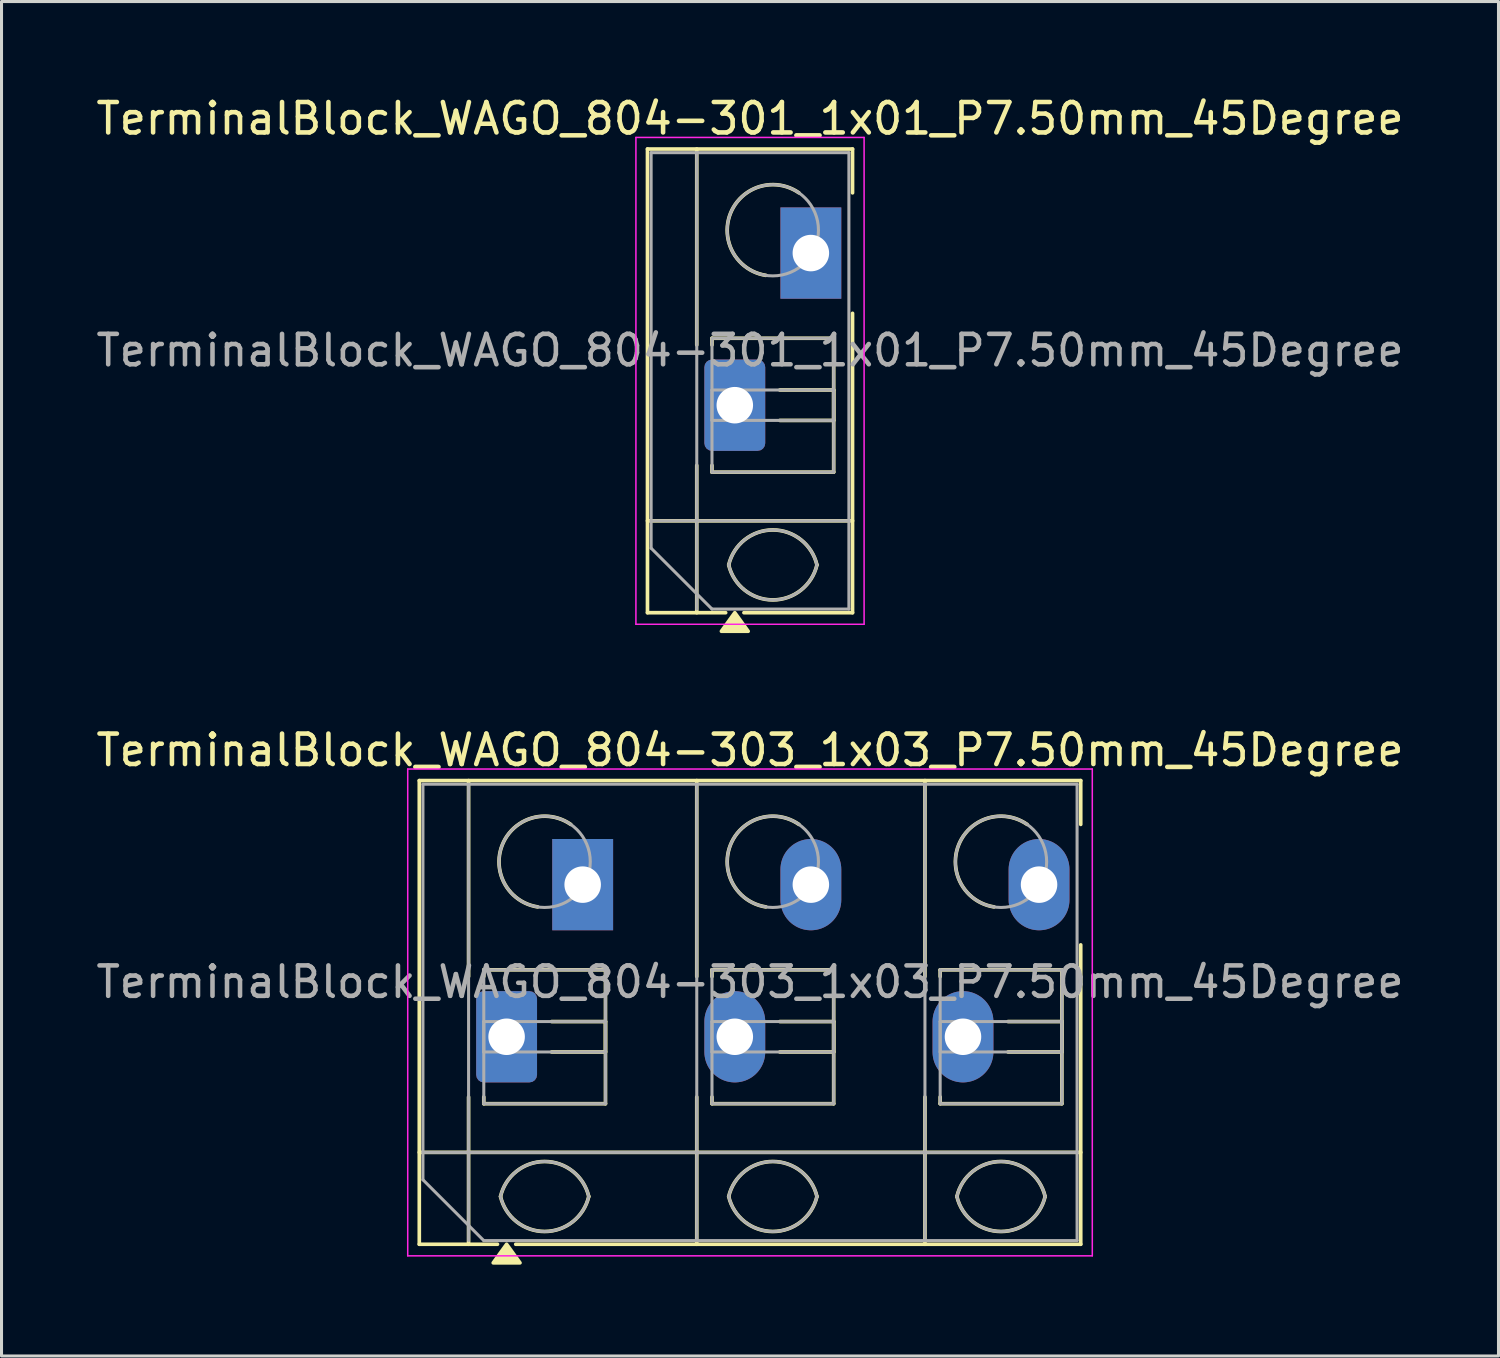
<source format=kicad_pcb>
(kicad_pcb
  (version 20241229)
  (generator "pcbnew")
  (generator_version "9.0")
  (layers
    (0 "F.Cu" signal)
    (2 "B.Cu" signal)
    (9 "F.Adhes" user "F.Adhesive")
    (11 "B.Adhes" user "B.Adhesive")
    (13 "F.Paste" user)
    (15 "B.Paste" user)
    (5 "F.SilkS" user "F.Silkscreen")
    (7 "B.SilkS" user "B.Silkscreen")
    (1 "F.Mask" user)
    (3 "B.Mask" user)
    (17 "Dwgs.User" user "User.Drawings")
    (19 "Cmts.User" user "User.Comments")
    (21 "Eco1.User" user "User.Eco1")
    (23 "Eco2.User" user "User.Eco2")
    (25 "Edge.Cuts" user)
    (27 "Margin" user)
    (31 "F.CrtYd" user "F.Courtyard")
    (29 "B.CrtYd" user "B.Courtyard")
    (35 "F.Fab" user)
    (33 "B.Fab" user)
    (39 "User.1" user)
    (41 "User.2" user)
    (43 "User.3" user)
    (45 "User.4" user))
  (footprint "TerminalBlock_WAGO_804-301_1x01_P7.50mm_45Degree"
    (layer "F.Cu")
    (at 21.101 10.268)
    (property "Reference" "TerminalBlock_WAGO_804-301_1x01_P7.50mm_45Degree" (at 0.5 -9.42 0) (layer "F.SilkS") (effects (font (size 1 1) (thickness 0.15))))
    (attr through_hole)
    (fp_line (start -2.87 -8.42) (end -2.87 6.82) (stroke (width 0.12) (type solid)) (layer "F.SilkS"))
    (fp_line (start -2.87 -8.42) (end 3.87 -8.42) (stroke (width 0.12) (type solid)) (layer "F.SilkS"))
    (fp_line (start -2.87 3.8) (end 3.87 3.8) (stroke (width 0.12) (type solid)) (layer "F.SilkS"))
    (fp_line (start -2.87 6.82) (end -0.3 6.82) (stroke (width 0.12) (type solid)) (layer "F.SilkS"))
    (fp_line (start -1.25 -8.42) (end -1.25 -1.98) (stroke (width 0.12) (type solid)) (layer "F.SilkS"))
    (fp_line (start -1.25 1.98) (end -1.25 6.82) (stroke (width 0.12) (type solid)) (layer "F.SilkS"))
    (fp_line (start -0.75 -2.2) (end -0.75 -1.98) (stroke (width 0.12) (type solid)) (layer "F.SilkS"))
    (fp_line (start -0.75 -2.2) (end 3.25 -2.2) (stroke (width 0.12) (type solid)) (layer "F.SilkS"))
    (fp_line (start -0.75 1.98) (end -0.75 2.2) (stroke (width 0.12) (type solid)) (layer "F.SilkS"))
    (fp_line (start -0.75 2.2) (end 3.25 2.2) (stroke (width 0.12) (type solid)) (layer "F.SilkS"))
    (fp_line (start 0.3 6.82) (end 3.87 6.82) (stroke (width 0.12) (type solid)) (layer "F.SilkS"))
    (fp_line (start 1.48 -0.5) (end 3.25 -0.5) (stroke (width 0.12) (type solid)) (layer "F.SilkS"))
    (fp_line (start 1.48 0.5) (end 3.25 0.5) (stroke (width 0.12) (type solid)) (layer "F.SilkS"))
    (fp_line (start 3.25 -2.2) (end 3.25 2.2) (stroke (width 0.12) (type solid)) (layer "F.SilkS"))
    (fp_line (start 3.25 -0.5) (end 3.25 0.5) (stroke (width 0.12) (type solid)) (layer "F.SilkS"))
    (fp_line (start 3.87 -8.42) (end 3.87 -6.98) (stroke (width 0.12) (type solid)) (layer "F.SilkS"))
    (fp_line (start 3.87 -3.02) (end 3.87 6.82) (stroke (width 0.12) (type solid)) (layer "F.SilkS"))
    (fp_arc (start -0.199942 5.249753) (mid 1.250127 4.099899) (end 2.7 5.25) (stroke (width 0.12) (type solid)) (layer "F.SilkS"))
    (fp_arc (start 1.02 -4.268) (mid -0.141815 -6.308637) (end 2.10843 -6.979765) (stroke (width 0.12) (type solid)) (layer "F.SilkS"))
    (fp_arc (start 2.7 5.25) (mid 1.250127 6.400101) (end -0.199942 5.250247) (stroke (width 0.12) (type solid)) (layer "F.SilkS"))
    (fp_poly (pts (xy 0 6.82) (xy 0.44 7.43) (xy -0.44 7.43)) (stroke (width 0.12) (type solid)) (fill yes) (layer "F.SilkS"))
    (fp_line (start -3.25 -8.8) (end -3.25 7.2) (stroke (width 0.05) (type solid)) (layer "F.CrtYd"))
    (fp_line (start -3.25 7.2) (end 4.25 7.2) (stroke (width 0.05) (type solid)) (layer "F.CrtYd"))
    (fp_line (start 4.25 -8.8) (end -3.25 -8.8) (stroke (width 0.05) (type solid)) (layer "F.CrtYd"))
    (fp_line (start 4.25 7.2) (end 4.25 -8.8) (stroke (width 0.05) (type solid)) (layer "F.CrtYd"))
    (fp_line (start -2.75 -8.3) (end 3.75 -8.3) (stroke (width 0.1) (type solid)) (layer "F.Fab"))
    (fp_line (start -2.75 3.8) (end 3.75 3.8) (stroke (width 0.1) (type solid)) (layer "F.Fab"))
    (fp_line (start -2.75 4.7) (end -2.75 -8.3) (stroke (width 0.1) (type solid)) (layer "F.Fab"))
    (fp_line (start -1.25 -8.3) (end -1.25 6.7) (stroke (width 0.1) (type solid)) (layer "F.Fab"))
    (fp_line (start -0.75 -2.2) (end -0.75 2.2) (stroke (width 0.1) (type solid)) (layer "F.Fab"))
    (fp_line (start -0.75 -0.5) (end -0.75 0.5) (stroke (width 0.1) (type solid)) (layer "F.Fab"))
    (fp_line (start -0.75 0.5) (end 3.25 0.5) (stroke (width 0.1) (type solid)) (layer "F.Fab"))
    (fp_line (start -0.75 2.2) (end 3.25 2.2) (stroke (width 0.1) (type solid)) (layer "F.Fab"))
    (fp_line (start -0.75 6.7) (end -2.75 4.7) (stroke (width 0.1) (type solid)) (layer "F.Fab"))
    (fp_line (start 3.25 -2.2) (end -0.75 -2.2) (stroke (width 0.1) (type solid)) (layer "F.Fab"))
    (fp_line (start 3.25 -0.5) (end -0.75 -0.5) (stroke (width 0.1) (type solid)) (layer "F.Fab"))
    (fp_line (start 3.25 0.5) (end 3.25 -0.5) (stroke (width 0.1) (type solid)) (layer "F.Fab"))
    (fp_line (start 3.25 2.2) (end 3.25 -2.2) (stroke (width 0.1) (type solid)) (layer "F.Fab"))
    (fp_line (start 3.75 -8.3) (end 3.75 6.7) (stroke (width 0.1) (type solid)) (layer "F.Fab"))
    (fp_line (start 3.75 6.7) (end -0.75 6.7) (stroke (width 0.1) (type solid)) (layer "F.Fab"))
    (fp_arc (start -0.200386 5.251649) (mid 1.249153 4.100672) (end 2.7 5.25) (stroke (width 0.1) (type solid)) (layer "F.Fab"))
    (fp_arc (start 2.7 5.25) (mid 1.250127 6.400101) (end -0.199942 5.250247) (stroke (width 0.1) (type solid)) (layer "F.Fab"))
    (fp_circle (center 1.25 -5.75) (end 2.75 -5.75) (stroke (width 0.1) (type solid)) (fill no) (layer "F.Fab"))
    (fp_text user "${REFERENCE}" (at 0.5 -1.8 0) (layer "F.Fab") (effects (font (size 1 1) (thickness 0.15))))
    (pad "1" thru_hole roundrect (at 0 0) (size 2 3) (drill 1.2) (layers "*.Cu" "*.Mask") (roundrect_rratio 0.125))
    (pad "1" thru_hole rect (at 2.5 -5) (size 2 3) (drill 1.2) (layers "*.Cu" "*.Mask")))
  (footprint "TerminalBlock_WAGO_804-303_1x03_P7.50mm_45Degree"
    (layer "F.Cu")
    (at 13.601 31.026)
    (property "Reference" "TerminalBlock_WAGO_804-303_1x03_P7.50mm_45Degree" (at 8 -9.42 0) (layer "F.SilkS") (effects (font (size 1 1) (thickness 0.15))))
    (attr through_hole)
    (fp_line (start -2.87 -8.42) (end -2.87 6.82) (stroke (width 0.12) (type solid)) (layer "F.SilkS"))
    (fp_line (start -2.87 -8.42) (end 18.87 -8.42) (stroke (width 0.12) (type solid)) (layer "F.SilkS"))
    (fp_line (start -2.87 3.8) (end 18.87 3.8) (stroke (width 0.12) (type solid)) (layer "F.SilkS"))
    (fp_line (start -2.87 6.82) (end -0.3 6.82) (stroke (width 0.12) (type solid)) (layer "F.SilkS"))
    (fp_line (start -1.25 -8.42) (end -1.25 -1.98) (stroke (width 0.12) (type solid)) (layer "F.SilkS"))
    (fp_line (start -1.25 1.98) (end -1.25 6.82) (stroke (width 0.12) (type solid)) (layer "F.SilkS"))
    (fp_line (start -0.75 -2.2) (end -0.75 -1.98) (stroke (width 0.12) (type solid)) (layer "F.SilkS"))
    (fp_line (start -0.75 -2.2) (end 3.25 -2.2) (stroke (width 0.12) (type solid)) (layer "F.SilkS"))
    (fp_line (start -0.75 1.98) (end -0.75 2.2) (stroke (width 0.12) (type solid)) (layer "F.SilkS"))
    (fp_line (start -0.75 2.2) (end 3.25 2.2) (stroke (width 0.12) (type solid)) (layer "F.SilkS"))
    (fp_line (start 0.3 6.82) (end 18.87 6.82) (stroke (width 0.12) (type solid)) (layer "F.SilkS"))
    (fp_line (start 1.48 -0.5) (end 3.25 -0.5) (stroke (width 0.12) (type solid)) (layer "F.SilkS"))
    (fp_line (start 1.48 0.5) (end 3.25 0.5) (stroke (width 0.12) (type solid)) (layer "F.SilkS"))
    (fp_line (start 3.25 -2.2) (end 3.25 2.2) (stroke (width 0.12) (type solid)) (layer "F.SilkS"))
    (fp_line (start 3.25 -0.5) (end 3.25 0.5) (stroke (width 0.12) (type solid)) (layer "F.SilkS"))
    (fp_line (start 6.25 -8.42) (end 6.25 -1.98) (stroke (width 0.12) (type solid)) (layer "F.SilkS"))
    (fp_line (start 6.25 1.98) (end 6.25 6.82) (stroke (width 0.12) (type solid)) (layer "F.SilkS"))
    (fp_line (start 6.75 -2.2) (end 6.75 -1.98) (stroke (width 0.12) (type solid)) (layer "F.SilkS"))
    (fp_line (start 6.75 -2.2) (end 10.75 -2.2) (stroke (width 0.12) (type solid)) (layer "F.SilkS"))
    (fp_line (start 6.75 1.98) (end 6.75 2.2) (stroke (width 0.12) (type solid)) (layer "F.SilkS"))
    (fp_line (start 6.75 2.2) (end 10.75 2.2) (stroke (width 0.12) (type solid)) (layer "F.SilkS"))
    (fp_line (start 8.98 -0.5) (end 10.75 -0.5) (stroke (width 0.12) (type solid)) (layer "F.SilkS"))
    (fp_line (start 8.98 0.5) (end 10.75 0.5) (stroke (width 0.12) (type solid)) (layer "F.SilkS"))
    (fp_line (start 10.75 -2.2) (end 10.75 2.2) (stroke (width 0.12) (type solid)) (layer "F.SilkS"))
    (fp_line (start 10.75 -0.5) (end 10.75 0.5) (stroke (width 0.12) (type solid)) (layer "F.SilkS"))
    (fp_line (start 13.75 -8.42) (end 13.75 -1.98) (stroke (width 0.12) (type solid)) (layer "F.SilkS"))
    (fp_line (start 13.75 1.98) (end 13.75 6.82) (stroke (width 0.12) (type solid)) (layer "F.SilkS"))
    (fp_line (start 14.25 -2.2) (end 14.25 -1.98) (stroke (width 0.12) (type solid)) (layer "F.SilkS"))
    (fp_line (start 14.25 -2.2) (end 18.25 -2.2) (stroke (width 0.12) (type solid)) (layer "F.SilkS"))
    (fp_line (start 14.25 1.98) (end 14.25 2.2) (stroke (width 0.12) (type solid)) (layer "F.SilkS"))
    (fp_line (start 14.25 2.2) (end 18.25 2.2) (stroke (width 0.12) (type solid)) (layer "F.SilkS"))
    (fp_line (start 16.48 -0.5) (end 18.25 -0.5) (stroke (width 0.12) (type solid)) (layer "F.SilkS"))
    (fp_line (start 16.48 0.5) (end 18.25 0.5) (stroke (width 0.12) (type solid)) (layer "F.SilkS"))
    (fp_line (start 18.25 -2.2) (end 18.25 2.2) (stroke (width 0.12) (type solid)) (layer "F.SilkS"))
    (fp_line (start 18.25 -0.5) (end 18.25 0.5) (stroke (width 0.12) (type solid)) (layer "F.SilkS"))
    (fp_line (start 18.87 -8.42) (end 18.87 -6.98) (stroke (width 0.12) (type solid)) (layer "F.SilkS"))
    (fp_line (start 18.87 -3.02) (end 18.87 6.82) (stroke (width 0.12) (type solid)) (layer "F.SilkS"))
    (fp_arc (start -0.199969 5.249867) (mid 1.250068 4.099899) (end 2.7 5.25) (stroke (width 0.12) (type solid)) (layer "F.SilkS"))
    (fp_arc (start 1.02 -4.268) (mid -0.141815 -6.308637) (end 2.10843 -6.979765) (stroke (width 0.12) (type solid)) (layer "F.SilkS"))
    (fp_arc (start 2.7 5.25) (mid 1.250068 6.400101) (end -0.199969 5.250133) (stroke (width 0.12) (type solid)) (layer "F.SilkS"))
    (fp_arc (start 7.300031 5.249867) (mid 8.750068 4.099899) (end 10.2 5.25) (stroke (width 0.12) (type solid)) (layer "F.SilkS"))
    (fp_arc (start 8.52 -4.268) (mid 7.358185 -6.308637) (end 9.60843 -6.979765) (stroke (width 0.12) (type solid)) (layer "F.SilkS"))
    (fp_arc (start 10.2 5.25) (mid 8.750068 6.400101) (end 7.300031 5.250133) (stroke (width 0.12) (type solid)) (layer "F.SilkS"))
    (fp_arc (start 14.800031 5.249867) (mid 16.250068 4.099899) (end 17.7 5.25) (stroke (width 0.12) (type solid)) (layer "F.SilkS"))
    (fp_arc (start 16.02 -4.268) (mid 14.858185 -6.308637) (end 17.10843 -6.979765) (stroke (width 0.12) (type solid)) (layer "F.SilkS"))
    (fp_arc (start 17.7 5.25) (mid 16.250068 6.400101) (end 14.800031 5.250133) (stroke (width 0.12) (type solid)) (layer "F.SilkS"))
    (fp_poly (pts (xy 0 6.82) (xy 0.44 7.43) (xy -0.44 7.43)) (stroke (width 0.12) (type solid)) (fill yes) (layer "F.SilkS"))
    (fp_line (start -3.25 -8.8) (end -3.25 7.2) (stroke (width 0.05) (type solid)) (layer "F.CrtYd"))
    (fp_line (start -3.25 7.2) (end 19.25 7.2) (stroke (width 0.05) (type solid)) (layer "F.CrtYd"))
    (fp_line (start 19.25 -8.8) (end -3.25 -8.8) (stroke (width 0.05) (type solid)) (layer "F.CrtYd"))
    (fp_line (start 19.25 7.2) (end 19.25 -8.8) (stroke (width 0.05) (type solid)) (layer "F.CrtYd"))
    (fp_line (start -2.75 -8.3) (end 18.75 -8.3) (stroke (width 0.1) (type solid)) (layer "F.Fab"))
    (fp_line (start -2.75 3.8) (end 18.75 3.8) (stroke (width 0.1) (type solid)) (layer "F.Fab"))
    (fp_line (start -2.75 4.7) (end -2.75 -8.3) (stroke (width 0.1) (type solid)) (layer "F.Fab"))
    (fp_line (start -1.25 -8.3) (end -1.25 6.7) (stroke (width 0.1) (type solid)) (layer "F.Fab"))
    (fp_line (start -0.75 -2.2) (end -0.75 2.2) (stroke (width 0.1) (type solid)) (layer "F.Fab"))
    (fp_line (start -0.75 -0.5) (end -0.75 0.5) (stroke (width 0.1) (type solid)) (layer "F.Fab"))
    (fp_line (start -0.75 0.5) (end 3.25 0.5) (stroke (width 0.1) (type solid)) (layer "F.Fab"))
    (fp_line (start -0.75 2.2) (end 3.25 2.2) (stroke (width 0.1) (type solid)) (layer "F.Fab"))
    (fp_line (start -0.75 6.7) (end -2.75 4.7) (stroke (width 0.1) (type solid)) (layer "F.Fab"))
    (fp_line (start 3.25 -2.2) (end -0.75 -2.2) (stroke (width 0.1) (type solid)) (layer "F.Fab"))
    (fp_line (start 3.25 -0.5) (end -0.75 -0.5) (stroke (width 0.1) (type solid)) (layer "F.Fab"))
    (fp_line (start 3.25 0.5) (end 3.25 -0.5) (stroke (width 0.1) (type solid)) (layer "F.Fab"))
    (fp_line (start 3.25 2.2) (end 3.25 -2.2) (stroke (width 0.1) (type solid)) (layer "F.Fab"))
    (fp_line (start 6.25 -8.3) (end 6.25 6.7) (stroke (width 0.1) (type solid)) (layer "F.Fab"))
    (fp_line (start 6.75 -2.2) (end 6.75 2.2) (stroke (width 0.1) (type solid)) (layer "F.Fab"))
    (fp_line (start 6.75 -0.5) (end 6.75 0.5) (stroke (width 0.1) (type solid)) (layer "F.Fab"))
    (fp_line (start 6.75 0.5) (end 10.75 0.5) (stroke (width 0.1) (type solid)) (layer "F.Fab"))
    (fp_line (start 6.75 2.2) (end 10.75 2.2) (stroke (width 0.1) (type solid)) (layer "F.Fab"))
    (fp_line (start 10.75 -2.2) (end 6.75 -2.2) (stroke (width 0.1) (type solid)) (layer "F.Fab"))
    (fp_line (start 10.75 -0.5) (end 6.75 -0.5) (stroke (width 0.1) (type solid)) (layer "F.Fab"))
    (fp_line (start 10.75 0.5) (end 10.75 -0.5) (stroke (width 0.1) (type solid)) (layer "F.Fab"))
    (fp_line (start 10.75 2.2) (end 10.75 -2.2) (stroke (width 0.1) (type solid)) (layer "F.Fab"))
    (fp_line (start 13.75 -8.3) (end 13.75 6.7) (stroke (width 0.1) (type solid)) (layer "F.Fab"))
    (fp_line (start 14.25 -2.2) (end 14.25 2.2) (stroke (width 0.1) (type solid)) (layer "F.Fab"))
    (fp_line (start 14.25 -0.5) (end 14.25 0.5) (stroke (width 0.1) (type solid)) (layer "F.Fab"))
    (fp_line (start 14.25 0.5) (end 18.25 0.5) (stroke (width 0.1) (type solid)) (layer "F.Fab"))
    (fp_line (start 14.25 2.2) (end 18.25 2.2) (stroke (width 0.1) (type solid)) (layer "F.Fab"))
    (fp_line (start 18.25 -2.2) (end 14.25 -2.2) (stroke (width 0.1) (type solid)) (layer "F.Fab"))
    (fp_line (start 18.25 -0.5) (end 14.25 -0.5) (stroke (width 0.1) (type solid)) (layer "F.Fab"))
    (fp_line (start 18.25 0.5) (end 18.25 -0.5) (stroke (width 0.1) (type solid)) (layer "F.Fab"))
    (fp_line (start 18.25 2.2) (end 18.25 -2.2) (stroke (width 0.1) (type solid)) (layer "F.Fab"))
    (fp_line (start 18.75 -8.3) (end 18.75 6.7) (stroke (width 0.1) (type solid)) (layer "F.Fab"))
    (fp_line (start 18.75 6.7) (end -0.75 6.7) (stroke (width 0.1) (type solid)) (layer "F.Fab"))
    (fp_arc (start -0.200865 5.250424) (mid 1.250296 4.099926) (end 2.701 5.251) (stroke (width 0.1) (type solid)) (layer "F.Fab"))
    (fp_arc (start 2.7 5.25) (mid 1.250068 6.400101) (end -0.199969 5.250133) (stroke (width 0.1) (type solid)) (layer "F.Fab"))
    (fp_arc (start 7.299135 5.250424) (mid 8.750296 4.099926) (end 10.201 5.251) (stroke (width 0.1) (type solid)) (layer "F.Fab"))
    (fp_arc (start 10.2 5.25) (mid 8.750068 6.400101) (end 7.300031 5.250133) (stroke (width 0.1) (type solid)) (layer "F.Fab"))
    (fp_arc (start 14.799135 5.250424) (mid 16.250296 4.099926) (end 17.701 5.251) (stroke (width 0.1) (type solid)) (layer "F.Fab"))
    (fp_arc (start 17.7 5.25) (mid 16.250068 6.400101) (end 14.800031 5.250133) (stroke (width 0.1) (type solid)) (layer "F.Fab"))
    (fp_circle (center 1.25 -5.75) (end 2.75 -5.75) (stroke (width 0.1) (type solid)) (fill no) (layer "F.Fab"))
    (fp_circle (center 8.75 -5.75) (end 10.25 -5.75) (stroke (width 0.1) (type solid)) (fill no) (layer "F.Fab"))
    (fp_circle (center 16.25 -5.75) (end 17.75 -5.75) (stroke (width 0.1) (type solid)) (fill no) (layer "F.Fab"))
    (fp_text user "${REFERENCE}" (at 8 -1.8 0) (layer "F.Fab") (effects (font (size 1 1) (thickness 0.15))))
    (pad "1" thru_hole roundrect (at 0 0) (size 2 3) (drill 1.2) (layers "*.Cu" "*.Mask") (roundrect_rratio 0.125))
    (pad "1" thru_hole rect (at 2.5 -5) (size 2 3) (drill 1.2) (layers "*.Cu" "*.Mask"))
    (pad "2" thru_hole oval (at 7.5 0) (size 2 3) (drill 1.2) (layers "*.Cu" "*.Mask"))
    (pad "2" thru_hole oval (at 10 -5) (size 2 3) (drill 1.2) (layers "*.Cu" "*.Mask"))
    (pad "3" thru_hole oval (at 15 0) (size 2 3) (drill 1.2) (layers "*.Cu" "*.Mask"))
    (pad "3" thru_hole oval (at 17.5 -5) (size 2 3) (drill 1.2) (layers "*.Cu" "*.Mask")))
  (gr_rect
    (start -3 -3)
    (end 46.202 41.517)
    (stroke (width 0.1) (type default))
    (fill no)
    (layer "Edge.Cuts")))
</source>
